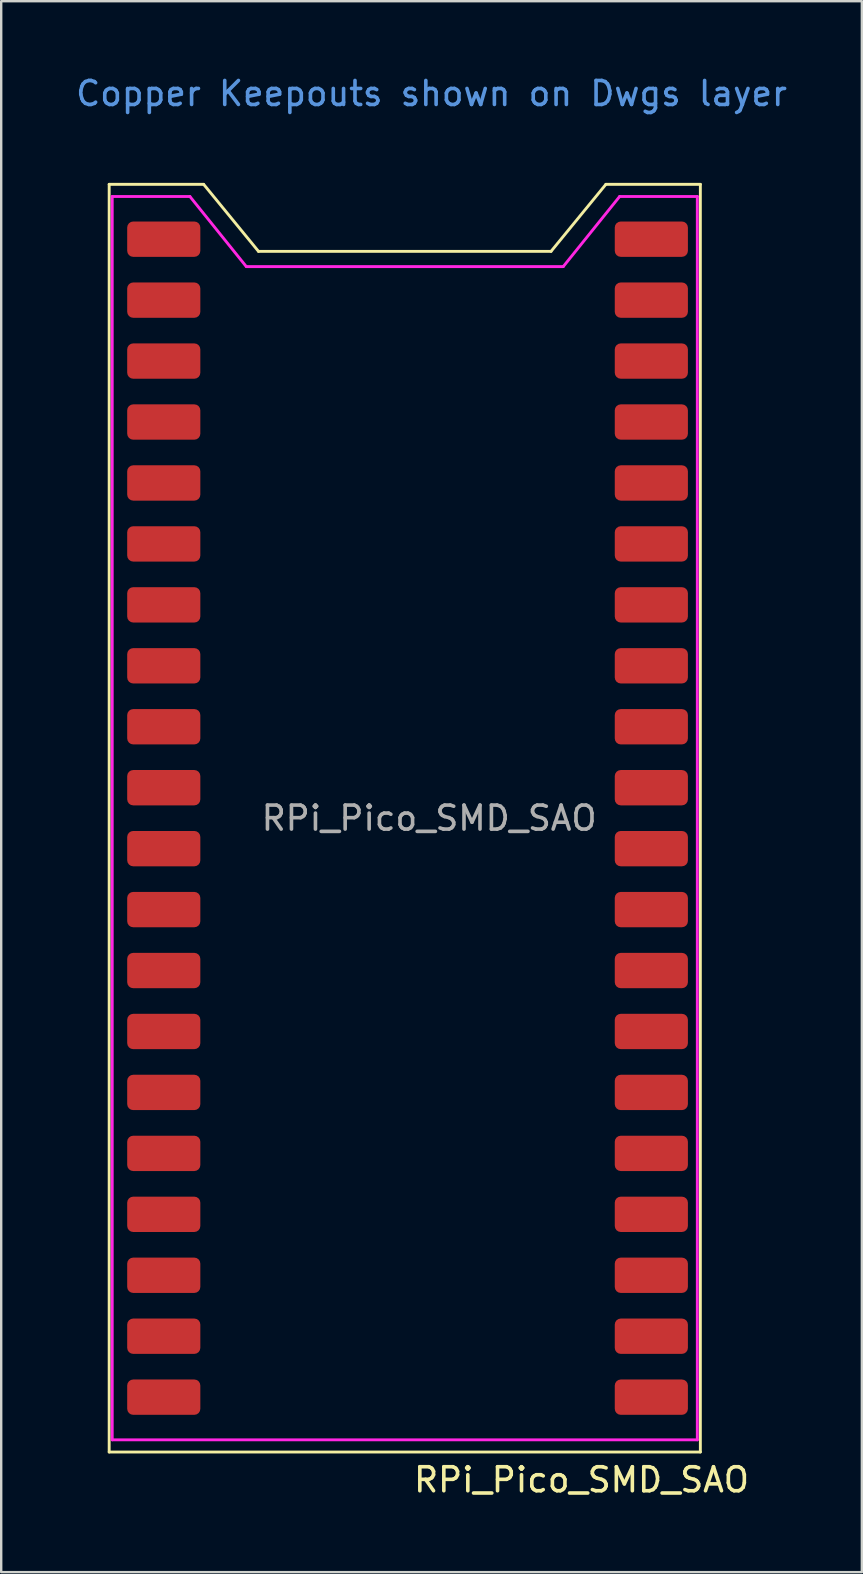
<source format=kicad_pcb>
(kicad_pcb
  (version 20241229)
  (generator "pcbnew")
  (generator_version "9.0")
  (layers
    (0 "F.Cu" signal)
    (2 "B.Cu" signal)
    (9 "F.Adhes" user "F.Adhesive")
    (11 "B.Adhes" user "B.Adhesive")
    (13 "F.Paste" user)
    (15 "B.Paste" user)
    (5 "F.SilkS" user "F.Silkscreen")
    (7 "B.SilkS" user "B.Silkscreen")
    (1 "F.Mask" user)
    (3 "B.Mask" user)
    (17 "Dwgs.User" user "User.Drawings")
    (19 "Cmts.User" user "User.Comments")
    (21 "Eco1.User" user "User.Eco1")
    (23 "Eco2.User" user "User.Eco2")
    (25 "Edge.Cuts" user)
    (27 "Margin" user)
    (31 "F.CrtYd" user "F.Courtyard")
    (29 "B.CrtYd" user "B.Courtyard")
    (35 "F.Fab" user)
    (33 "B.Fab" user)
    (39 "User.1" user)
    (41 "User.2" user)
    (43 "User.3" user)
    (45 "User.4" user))
  (footprint "RPi_Pico_SMD_SAO"
    (layer "F.Cu")
    (at 14.835 31.048)
    (property "Reference" "RPi_Pico_SMD_SAO" (at 6.35 27.575 180) (layer "F.SilkS") (effects (font (size 1 1) (thickness 0.15))))
    (attr through_hole)
    (fp_line (start -13.335 -26.416) (end -13.335 26.416) (stroke (width 0.12) (type default)) (layer "F.SilkS"))
    (fp_line (start -13.335 26.416) (end 11.303 26.416) (stroke (width 0.12) (type default)) (layer "F.SilkS"))
    (fp_line (start -9.398 -26.416) (end -13.335 -26.416) (stroke (width 0.12) (type default)) (layer "F.SilkS"))
    (fp_line (start -9.398 -26.416) (end -7.112 -23.622) (stroke (width 0.12) (type default)) (layer "F.SilkS"))
    (fp_line (start -7.112 -23.622) (end 5.08 -23.622) (stroke (width 0.12) (type default)) (layer "F.SilkS"))
    (fp_line (start 7.366 -26.416) (end 5.08 -23.622) (stroke (width 0.12) (type default)) (layer "F.SilkS"))
    (fp_line (start 7.366 -26.416) (end 11.303 -26.416) (stroke (width 0.12) (type default)) (layer "F.SilkS"))
    (fp_line (start 11.303 26.416) (end 11.303 -26.416) (stroke (width 0.12) (type default)) (layer "F.SilkS"))
    (fp_line (start -13.208 -25.908) (end -9.97 -25.908) (stroke (width 0.12) (type default)) (layer "F.CrtYd"))
    (fp_line (start -13.208 25.908) (end -13.208 -25.908) (stroke (width 0.12) (type solid)) (layer "F.CrtYd"))
    (fp_line (start -9.97 -25.908) (end -7.62 -22.987) (stroke (width 0.12) (type default)) (layer "F.CrtYd"))
    (fp_line (start -7.62 -22.987) (end 5.588 -22.987) (stroke (width 0.12) (type default)) (layer "F.CrtYd"))
    (fp_line (start 7.938 -25.908) (end 5.588 -22.987) (stroke (width 0.12) (type default)) (layer "F.CrtYd"))
    (fp_line (start 11.176 -25.908) (end 7.938 -25.908) (stroke (width 0.12) (type default)) (layer "F.CrtYd"))
    (fp_line (start 11.176 -25.908) (end 11.176 25.908) (stroke (width 0.12) (type solid)) (layer "F.CrtYd"))
    (fp_line (start 11.176 25.908) (end -13.208 25.908) (stroke (width 0.12) (type solid)) (layer "F.CrtYd"))
    (fp_text user "Copper Keepouts shown on Dwgs layer" (at 0.1 -30.2 180) (layer "Cmts.User") (effects (font (size 1 1) (thickness 0.15))))
    (fp_text user "${REFERENCE}" (at 0 0 180) (layer "F.Fab") (effects (font (size 1 1) (thickness 0.15))))
    (pad "1" smd roundrect (at -10.16 -24.13) (size 3.048 1.473) (drill (offset -0.9 0)) (layers "F.Cu" "F.Mask") (roundrect_rratio 0.17))
    (pad "2" smd roundrect (at -10.16 -21.59) (size 3.048 1.473) (drill (offset -0.9 0)) (layers "F.Cu" "F.Mask") (roundrect_rratio 0.17))
    (pad "3" smd roundrect (at -10.16 -19.05) (size 3.048 1.473) (drill (offset -0.9 0)) (layers "F.Cu" "F.Mask") (roundrect_rratio 0.17))
    (pad "4" smd roundrect (at -10.16 -16.51) (size 3.048 1.473) (drill (offset -0.9 0)) (layers "F.Cu" "F.Mask") (roundrect_rratio 0.17))
    (pad "5" smd roundrect (at -10.16 -13.97) (size 3.048 1.473) (drill (offset -0.9 0)) (layers "F.Cu" "F.Mask") (roundrect_rratio 0.17))
    (pad "6" smd roundrect (at -10.16 -11.43) (size 3.048 1.473) (drill (offset -0.9 0)) (layers "F.Cu" "F.Mask") (roundrect_rratio 0.17))
    (pad "7" smd roundrect (at -10.16 -8.89) (size 3.048 1.473) (drill (offset -0.9 0)) (layers "F.Cu" "F.Mask") (roundrect_rratio 0.17))
    (pad "8" smd roundrect (at -10.16 -6.35) (size 3.048 1.473) (drill (offset -0.9 0)) (layers "F.Cu" "F.Mask") (roundrect_rratio 0.17))
    (pad "9" smd roundrect (at -10.16 -3.81) (size 3.048 1.473) (drill (offset -0.9 0)) (layers "F.Cu" "F.Mask") (roundrect_rratio 0.17))
    (pad "10" smd roundrect (at -10.16 -1.27) (size 3.048 1.473) (drill (offset -0.9 0)) (layers "F.Cu" "F.Mask") (roundrect_rratio 0.17))
    (pad "11" smd roundrect (at -10.16 1.27) (size 3.048 1.473) (drill (offset -0.9 0)) (layers "F.Cu" "F.Mask") (roundrect_rratio 0.17))
    (pad "12" smd roundrect (at -10.16 3.81) (size 3.048 1.473) (drill (offset -0.9 0)) (layers "F.Cu" "F.Mask") (roundrect_rratio 0.17))
    (pad "13" smd roundrect (at -10.16 6.35) (size 3.048 1.473) (drill (offset -0.9 0)) (layers "F.Cu" "F.Mask") (roundrect_rratio 0.17))
    (pad "14" smd roundrect (at -10.16 8.89) (size 3.048 1.473) (drill (offset -0.9 0)) (layers "F.Cu" "F.Mask") (roundrect_rratio 0.17))
    (pad "15" smd roundrect (at -10.16 11.43) (size 3.048 1.473) (drill (offset -0.9 0)) (layers "F.Cu" "F.Mask") (roundrect_rratio 0.17))
    (pad "16" smd roundrect (at -10.16 13.97) (size 3.048 1.473) (drill (offset -0.9 0)) (layers "F.Cu" "F.Mask") (roundrect_rratio 0.17))
    (pad "17" smd roundrect (at -10.16 16.51) (size 3.048 1.473) (drill (offset -0.9 0)) (layers "F.Cu" "F.Mask") (roundrect_rratio 0.17))
    (pad "18" smd roundrect (at -10.16 19.05) (size 3.048 1.473) (drill (offset -0.9 0)) (layers "F.Cu" "F.Mask") (roundrect_rratio 0.17))
    (pad "19" smd roundrect (at -10.16 21.59) (size 3.048 1.473) (drill (offset -0.9 0)) (layers "F.Cu" "F.Mask") (roundrect_rratio 0.17))
    (pad "20" smd roundrect (at -10.16 24.13) (size 3.048 1.473) (drill (offset -0.9 0)) (layers "F.Cu" "F.Mask") (roundrect_rratio 0.17))
    (pad "21" smd roundrect (at 10.16 24.13) (size 3.048 1.473) (drill (offset -0.9 0)) (layers "F.Cu" "F.Mask") (roundrect_rratio 0.17))
    (pad "22" smd roundrect (at 10.16 21.59) (size 3.048 1.473) (drill (offset -0.9 0)) (layers "F.Cu" "F.Mask") (roundrect_rratio 0.17))
    (pad "23" smd roundrect (at 10.16 19.05) (size 3.048 1.473) (drill (offset -0.9 0)) (layers "F.Cu" "F.Mask") (roundrect_rratio 0.17))
    (pad "24" smd roundrect (at 10.16 16.51) (size 3.048 1.473) (drill (offset -0.9 0)) (layers "F.Cu" "F.Mask") (roundrect_rratio 0.17))
    (pad "25" smd roundrect (at 10.16 13.97) (size 3.048 1.473) (drill (offset -0.9 0)) (layers "F.Cu" "F.Mask") (roundrect_rratio 0.17))
    (pad "26" smd roundrect (at 10.16 11.43) (size 3.048 1.473) (drill (offset -0.9 0)) (layers "F.Cu" "F.Mask") (roundrect_rratio 0.17))
    (pad "27" smd roundrect (at 10.16 8.89) (size 3.048 1.473) (drill (offset -0.9 0)) (layers "F.Cu" "F.Mask") (roundrect_rratio 0.17))
    (pad "28" smd roundrect (at 10.16 6.35) (size 3.048 1.473) (drill (offset -0.9 0)) (layers "F.Cu" "F.Mask") (roundrect_rratio 0.17))
    (pad "29" smd roundrect (at 10.16 3.81) (size 3.048 1.473) (drill (offset -0.9 0)) (layers "F.Cu" "F.Mask") (roundrect_rratio 0.17))
    (pad "30" smd roundrect (at 10.16 1.27) (size 3.048 1.473) (drill (offset -0.9 0)) (layers "F.Cu" "F.Mask") (roundrect_rratio 0.17))
    (pad "31" smd roundrect (at 10.16 -1.27) (size 3.048 1.473) (drill (offset -0.9 0)) (layers "F.Cu" "F.Mask") (roundrect_rratio 0.17))
    (pad "32" smd roundrect (at 10.16 -3.81) (size 3.048 1.473) (drill (offset -0.9 0)) (layers "F.Cu" "F.Mask") (roundrect_rratio 0.17))
    (pad "33" smd roundrect (at 10.16 -6.35) (size 3.048 1.473) (drill (offset -0.9 0)) (layers "F.Cu" "F.Mask") (roundrect_rratio 0.17))
    (pad "34" smd roundrect (at 10.16 -8.89) (size 3.048 1.473) (drill (offset -0.9 0)) (layers "F.Cu" "F.Mask") (roundrect_rratio 0.17))
    (pad "35" smd roundrect (at 10.16 -11.43) (size 3.048 1.473) (drill (offset -0.9 0)) (layers "F.Cu" "F.Mask") (roundrect_rratio 0.17))
    (pad "36" smd roundrect (at 10.16 -13.97) (size 3.048 1.473) (drill (offset -0.9 0)) (layers "F.Cu" "F.Mask") (roundrect_rratio 0.17))
    (pad "37" smd roundrect (at 10.16 -16.51) (size 3.048 1.473) (drill (offset -0.9 0)) (layers "F.Cu" "F.Mask") (roundrect_rratio 0.17))
    (pad "38" smd roundrect (at 10.16 -19.05) (size 3.048 1.473) (drill (offset -0.9 0)) (layers "F.Cu" "F.Mask") (roundrect_rratio 0.17))
    (pad "39" smd roundrect (at 10.16 -21.59) (size 3.048 1.473) (drill (offset -0.9 0)) (layers "F.Cu" "F.Mask") (roundrect_rratio 0.17))
    (pad "40" smd roundrect (at 10.16 -24.13) (size 3.048 1.473) (drill (offset -0.9 0)) (layers "F.Cu" "F.Mask") (roundrect_rratio 0.17)))
  (gr_rect
    (start -3 -3)
    (end 32.869 62.471)
    (stroke (width 0.1) (type default))
    (fill no)
    (layer "Edge.Cuts")))
</source>
